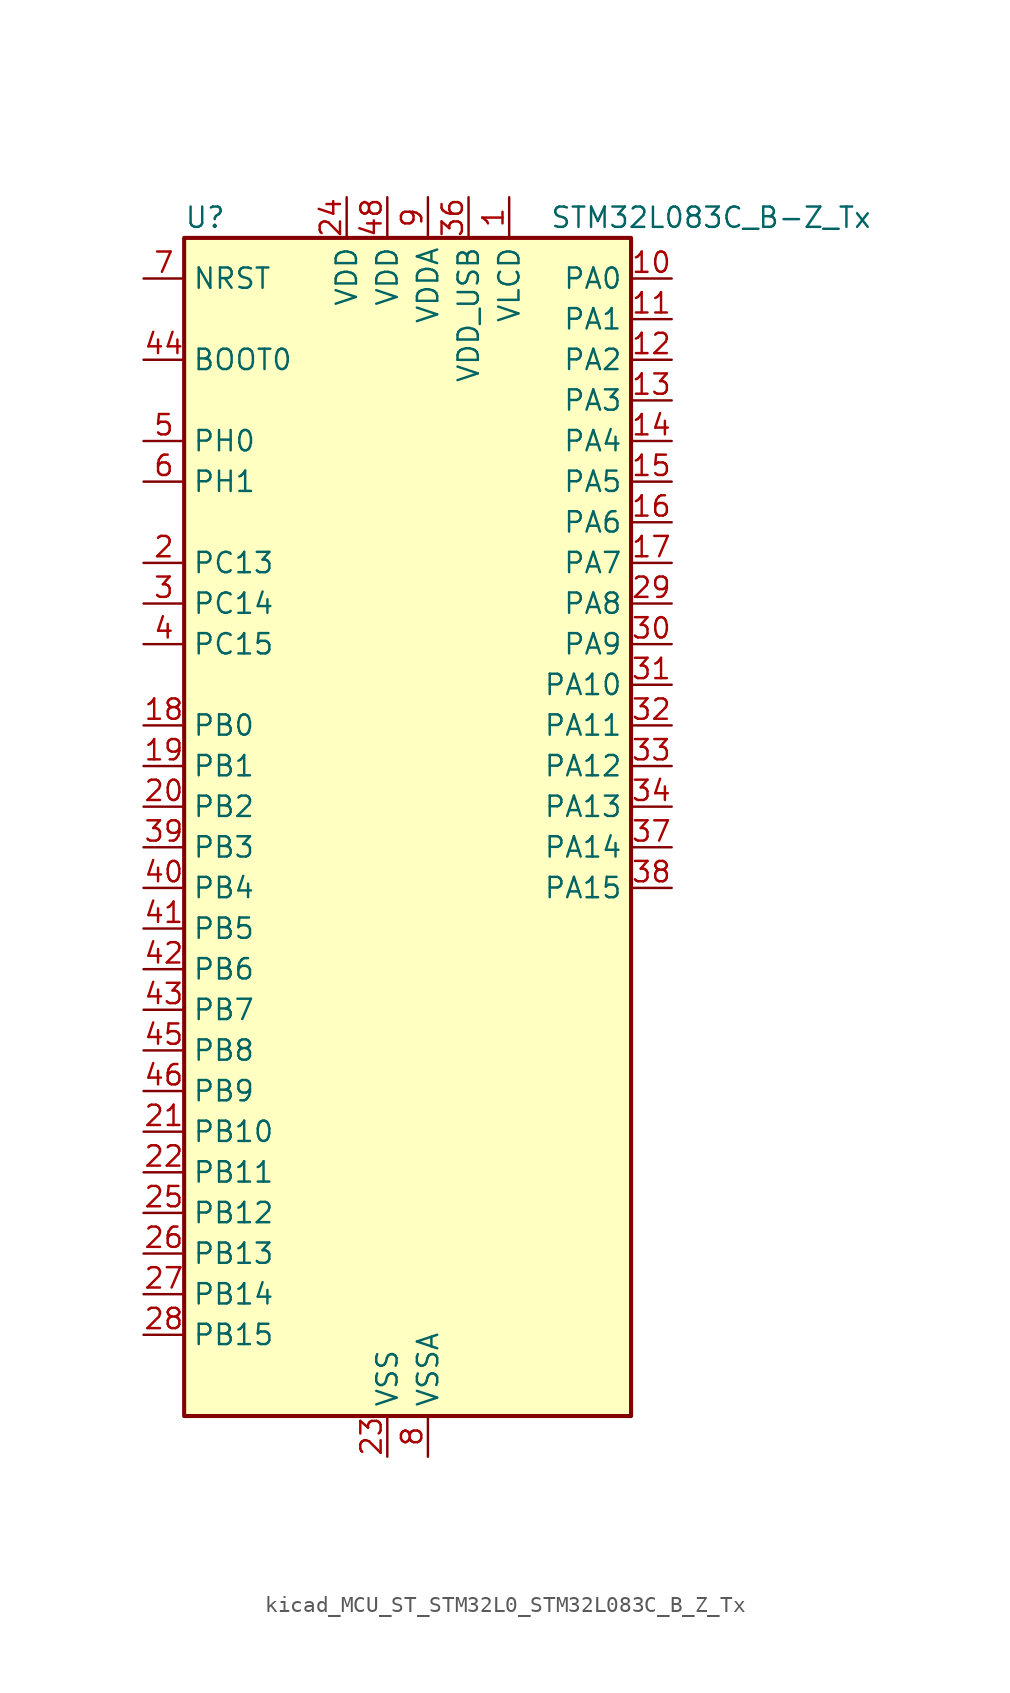
<source format=kicad_sym>
(kicad_symbol_lib
  (version 20220914)
  (generator kicad_symbol_editor)
  (symbol "kicad_MCU_ST_STM32L0_STM32L083C_B_Z_Tx"
    (property "Reference" "U"
      (at -12.7 39.37 0)
      (effects (font (size 1.27 1.27)) (justify left)))
    (property "Value" "STM32L083C_B-Z_Tx"
      (at 10.16 39.37 0)
      (effects (font (size 1.27 1.27)) (justify left)))
    (property "ki_locked" ""
      (at 0 0 0)
      (effects (font (size 1.27 1.27))))
    (symbol "kicad_MCU_ST_STM32L0_STM32L083C_B_Z_Tx_0_1"
      (rectangle (start -12.7 -35.56) (end 15.24 38.1) (stroke (width 0.254) (type default)) (fill (type background))))
    (symbol "kicad_MCU_ST_STM32L0_STM32L083C_B_Z_Tx_1_1"
      (pin power_in line (at 7.62 40.64 270) (length 2.54) (name "VLCD" (effects (font (size 1.27 1.27)))) (number "1" (effects (font (size 1.27 1.27)))))
      (pin bidirectional line (at 17.78 35.56 180) (length 2.54) (name "PA0" (effects (font (size 1.27 1.27)))) (number "10" (effects (font (size 1.27 1.27)))) (alternate "ADC_IN0" bidirectional line) (alternate "COMP1_INM" bidirectional line) (alternate "COMP1_OUT" bidirectional line) (alternate "RTC_TAMP2" bidirectional line) (alternate "SYS_WKUP1" bidirectional line) (alternate "TIM2_CH1" bidirectional line) (alternate "TIM2_ETR" bidirectional line) (alternate "TSC_G1_IO1" bidirectional line) (alternate "USART2_CTS" bidirectional line) (alternate "USART4_TX" bidirectional line))
      (pin bidirectional line (at 17.78 33.02 180) (length 2.54) (name "PA1" (effects (font (size 1.27 1.27)))) (number "11" (effects (font (size 1.27 1.27)))) (alternate "ADC_IN1" bidirectional line) (alternate "COMP1_INP" bidirectional line) (alternate "LCD_SEG0" bidirectional line) (alternate "TIM21_ETR" bidirectional line) (alternate "TIM2_CH2" bidirectional line) (alternate "TSC_G1_IO2" bidirectional line) (alternate "USART2_DE" bidirectional line) (alternate "USART2_RTS" bidirectional line) (alternate "USART4_RX" bidirectional line))
      (pin bidirectional line (at 17.78 30.48 180) (length 2.54) (name "PA2" (effects (font (size 1.27 1.27)))) (number "12" (effects (font (size 1.27 1.27)))) (alternate "ADC_IN2" bidirectional line) (alternate "COMP2_INM" bidirectional line) (alternate "COMP2_OUT" bidirectional line) (alternate "LCD_SEG1" bidirectional line) (alternate "LPUART1_TX" bidirectional line) (alternate "TIM21_CH1" bidirectional line) (alternate "TIM2_CH3" bidirectional line) (alternate "TSC_G1_IO3" bidirectional line) (alternate "USART2_TX" bidirectional line))
      (pin bidirectional line (at 17.78 27.94 180) (length 2.54) (name "PA3" (effects (font (size 1.27 1.27)))) (number "13" (effects (font (size 1.27 1.27)))) (alternate "ADC_IN3" bidirectional line) (alternate "COMP2_INP" bidirectional line) (alternate "LCD_SEG2" bidirectional line) (alternate "LPUART1_RX" bidirectional line) (alternate "TIM21_CH2" bidirectional line) (alternate "TIM2_CH4" bidirectional line) (alternate "TSC_G1_IO4" bidirectional line) (alternate "USART2_RX" bidirectional line))
      (pin bidirectional line (at 17.78 25.4 180) (length 2.54) (name "PA4" (effects (font (size 1.27 1.27)))) (number "14" (effects (font (size 1.27 1.27)))) (alternate "ADC_IN4" bidirectional line) (alternate "COMP1_INM" bidirectional line) (alternate "COMP2_INM" bidirectional line) (alternate "DAC_OUT1" bidirectional line) (alternate "SPI1_NSS" bidirectional line) (alternate "TIM22_ETR" bidirectional line) (alternate "TSC_G2_IO1" bidirectional line) (alternate "USART2_CK" bidirectional line))
      (pin bidirectional line (at 17.78 22.86 180) (length 2.54) (name "PA5" (effects (font (size 1.27 1.27)))) (number "15" (effects (font (size 1.27 1.27)))) (alternate "ADC_IN5" bidirectional line) (alternate "COMP1_INM" bidirectional line) (alternate "COMP2_INM" bidirectional line) (alternate "DAC_OUT2" bidirectional line) (alternate "SPI1_SCK" bidirectional line) (alternate "TIM2_CH1" bidirectional line) (alternate "TIM2_ETR" bidirectional line) (alternate "TSC_G2_IO2" bidirectional line))
      (pin bidirectional line (at 17.78 20.32 180) (length 2.54) (name "PA6" (effects (font (size 1.27 1.27)))) (number "16" (effects (font (size 1.27 1.27)))) (alternate "ADC_IN6" bidirectional line) (alternate "COMP1_OUT" bidirectional line) (alternate "LCD_SEG3" bidirectional line) (alternate "LPUART1_CTS" bidirectional line) (alternate "SPI1_MISO" bidirectional line) (alternate "TIM22_CH1" bidirectional line) (alternate "TIM3_CH1" bidirectional line) (alternate "TSC_G2_IO3" bidirectional line))
      (pin bidirectional line (at 17.78 17.78 180) (length 2.54) (name "PA7" (effects (font (size 1.27 1.27)))) (number "17" (effects (font (size 1.27 1.27)))) (alternate "ADC_IN7" bidirectional line) (alternate "COMP2_OUT" bidirectional line) (alternate "LCD_SEG4" bidirectional line) (alternate "SPI1_MOSI" bidirectional line) (alternate "TIM22_CH2" bidirectional line) (alternate "TIM3_CH2" bidirectional line) (alternate "TSC_G2_IO4" bidirectional line))
      (pin bidirectional line (at -15.24 7.62 0) (length 2.54) (name "PB0" (effects (font (size 1.27 1.27)))) (number "18" (effects (font (size 1.27 1.27)))) (alternate "ADC_IN8" bidirectional line) (alternate "LCD_SEG5" bidirectional line) (alternate "LCD_VLCD3" bidirectional line) (alternate "SYS_VREF_OUT_PB0" bidirectional line) (alternate "TIM3_CH3" bidirectional line) (alternate "TSC_G3_IO2" bidirectional line))
      (pin bidirectional line (at -15.24 5.08 0) (length 2.54) (name "PB1" (effects (font (size 1.27 1.27)))) (number "19" (effects (font (size 1.27 1.27)))) (alternate "ADC_IN9" bidirectional line) (alternate "LCD_SEG6" bidirectional line) (alternate "LPUART1_DE" bidirectional line) (alternate "LPUART1_RTS" bidirectional line) (alternate "SYS_VREF_OUT_PB1" bidirectional line) (alternate "TIM3_CH4" bidirectional line) (alternate "TSC_G3_IO3" bidirectional line))
      (pin bidirectional line (at -15.24 17.78 0) (length 2.54) (name "PC13" (effects (font (size 1.27 1.27)))) (number "2" (effects (font (size 1.27 1.27)))) (alternate "RTC_OUT_ALARM" bidirectional line) (alternate "RTC_OUT_CALIB" bidirectional line) (alternate "RTC_TAMP1" bidirectional line) (alternate "RTC_TS" bidirectional line) (alternate "SYS_WKUP2" bidirectional line))
      (pin bidirectional line (at -15.24 2.54 0) (length 2.54) (name "PB2" (effects (font (size 1.27 1.27)))) (number "20" (effects (font (size 1.27 1.27)))) (alternate "I2C3_SMBA" bidirectional line) (alternate "LCD_VLCD2" bidirectional line) (alternate "LPTIM1_OUT" bidirectional line) (alternate "TSC_G3_IO4" bidirectional line))
      (pin bidirectional line (at -15.24 -17.78 0) (length 2.54) (name "PB10" (effects (font (size 1.27 1.27)))) (number "21" (effects (font (size 1.27 1.27)))) (alternate "I2C2_SCL" bidirectional line) (alternate "LCD_SEG10" bidirectional line) (alternate "LPUART1_RX" bidirectional line) (alternate "LPUART1_TX" bidirectional line) (alternate "SPI2_SCK" bidirectional line) (alternate "TIM2_CH3" bidirectional line) (alternate "TSC_SYNC" bidirectional line))
      (pin bidirectional line (at -15.24 -20.32 0) (length 2.54) (name "PB11" (effects (font (size 1.27 1.27)))) (number "22" (effects (font (size 1.27 1.27)))) (alternate "ADC_EXTI11" bidirectional line) (alternate "I2C2_SDA" bidirectional line) (alternate "LCD_SEG11" bidirectional line) (alternate "LPUART1_RX" bidirectional line) (alternate "LPUART1_TX" bidirectional line) (alternate "TIM2_CH4" bidirectional line) (alternate "TSC_G6_IO1" bidirectional line))
      (pin power_in line (at 0 -38.1 90) (length 2.54) (name "VSS" (effects (font (size 1.27 1.27)))) (number "23" (effects (font (size 1.27 1.27)))))
      (pin power_in line (at -2.54 40.64 270) (length 2.54) (name "VDD" (effects (font (size 1.27 1.27)))) (number "24" (effects (font (size 1.27 1.27)))))
      (pin bidirectional line (at -15.24 -22.86 0) (length 2.54) (name "PB12" (effects (font (size 1.27 1.27)))) (number "25" (effects (font (size 1.27 1.27)))) (alternate "I2S2_WS" bidirectional line) (alternate "LCD_SEG12" bidirectional line) (alternate "LCD_VLCD2" bidirectional line) (alternate "LPUART1_DE" bidirectional line) (alternate "LPUART1_RTS" bidirectional line) (alternate "SPI2_NSS" bidirectional line) (alternate "TSC_G6_IO2" bidirectional line))
      (pin bidirectional line (at -15.24 -25.4 0) (length 2.54) (name "PB13" (effects (font (size 1.27 1.27)))) (number "26" (effects (font (size 1.27 1.27)))) (alternate "I2C2_SCL" bidirectional line) (alternate "I2S2_CK" bidirectional line) (alternate "LCD_SEG13" bidirectional line) (alternate "LPUART1_CTS" bidirectional line) (alternate "RCC_MCO" bidirectional line) (alternate "SPI2_SCK" bidirectional line) (alternate "TIM21_CH1" bidirectional line) (alternate "TSC_G6_IO3" bidirectional line))
      (pin bidirectional line (at -15.24 -27.94 0) (length 2.54) (name "PB14" (effects (font (size 1.27 1.27)))) (number "27" (effects (font (size 1.27 1.27)))) (alternate "I2C2_SDA" bidirectional line) (alternate "I2S2_MCK" bidirectional line) (alternate "LCD_SEG14" bidirectional line) (alternate "LPUART1_DE" bidirectional line) (alternate "LPUART1_RTS" bidirectional line) (alternate "RTC_OUT_ALARM" bidirectional line) (alternate "RTC_OUT_CALIB" bidirectional line) (alternate "SPI2_MISO" bidirectional line) (alternate "TIM21_CH2" bidirectional line) (alternate "TSC_G6_IO4" bidirectional line))
      (pin bidirectional line (at -15.24 -30.48 0) (length 2.54) (name "PB15" (effects (font (size 1.27 1.27)))) (number "28" (effects (font (size 1.27 1.27)))) (alternate "I2S2_SD" bidirectional line) (alternate "LCD_SEG15" bidirectional line) (alternate "RTC_REFIN" bidirectional line) (alternate "SPI2_MOSI" bidirectional line))
      (pin bidirectional line (at 17.78 15.24 180) (length 2.54) (name "PA8" (effects (font (size 1.27 1.27)))) (number "29" (effects (font (size 1.27 1.27)))) (alternate "CRS_SYNC" bidirectional line) (alternate "I2C3_SCL" bidirectional line) (alternate "LCD_COM0" bidirectional line) (alternate "RCC_MCO" bidirectional line) (alternate "USART1_CK" bidirectional line))
      (pin bidirectional line (at -15.24 15.24 0) (length 2.54) (name "PC14" (effects (font (size 1.27 1.27)))) (number "3" (effects (font (size 1.27 1.27)))) (alternate "RCC_OSC32_IN" bidirectional line))
      (pin bidirectional line (at 17.78 12.7 180) (length 2.54) (name "PA9" (effects (font (size 1.27 1.27)))) (number "30" (effects (font (size 1.27 1.27)))) (alternate "DAC_EXTI9" bidirectional line) (alternate "I2C1_SCL" bidirectional line) (alternate "I2C3_SMBA" bidirectional line) (alternate "LCD_COM1" bidirectional line) (alternate "RCC_MCO" bidirectional line) (alternate "TSC_G4_IO1" bidirectional line) (alternate "USART1_TX" bidirectional line))
      (pin bidirectional line (at 17.78 10.16 180) (length 2.54) (name "PA10" (effects (font (size 1.27 1.27)))) (number "31" (effects (font (size 1.27 1.27)))) (alternate "I2C1_SDA" bidirectional line) (alternate "LCD_COM2" bidirectional line) (alternate "TSC_G4_IO2" bidirectional line) (alternate "USART1_RX" bidirectional line))
      (pin bidirectional line (at 17.78 7.62 180) (length 2.54) (name "PA11" (effects (font (size 1.27 1.27)))) (number "32" (effects (font (size 1.27 1.27)))) (alternate "ADC_EXTI11" bidirectional line) (alternate "COMP1_OUT" bidirectional line) (alternate "SPI1_MISO" bidirectional line) (alternate "TSC_G4_IO3" bidirectional line) (alternate "USART1_CTS" bidirectional line) (alternate "USB_DM" bidirectional line))
      (pin bidirectional line (at 17.78 5.08 180) (length 2.54) (name "PA12" (effects (font (size 1.27 1.27)))) (number "33" (effects (font (size 1.27 1.27)))) (alternate "COMP2_OUT" bidirectional line) (alternate "SPI1_MOSI" bidirectional line) (alternate "TSC_G4_IO4" bidirectional line) (alternate "USART1_DE" bidirectional line) (alternate "USART1_RTS" bidirectional line) (alternate "USB_DP" bidirectional line))
      (pin bidirectional line (at 17.78 2.54 180) (length 2.54) (name "PA13" (effects (font (size 1.27 1.27)))) (number "34" (effects (font (size 1.27 1.27)))) (alternate "LPUART1_RX" bidirectional line) (alternate "SYS_SWDIO" bidirectional line) (alternate "USB_NOE" bidirectional line))
      (pin passive line (at 0 -38.1 90) (length 2.54) hide (name "VSS" (effects (font (size 1.27 1.27)))) (number "35" (effects (font (size 1.27 1.27)))))
      (pin power_in line (at 5.08 40.64 270) (length 2.54) (name "VDD_USB" (effects (font (size 1.27 1.27)))) (number "36" (effects (font (size 1.27 1.27)))))
      (pin bidirectional line (at 17.78 0 180) (length 2.54) (name "PA14" (effects (font (size 1.27 1.27)))) (number "37" (effects (font (size 1.27 1.27)))) (alternate "LPUART1_TX" bidirectional line) (alternate "SYS_SWCLK" bidirectional line) (alternate "USART2_TX" bidirectional line))
      (pin bidirectional line (at 17.78 -2.54 180) (length 2.54) (name "PA15" (effects (font (size 1.27 1.27)))) (number "38" (effects (font (size 1.27 1.27)))) (alternate "LCD_SEG17" bidirectional line) (alternate "SPI1_NSS" bidirectional line) (alternate "TIM2_CH1" bidirectional line) (alternate "TIM2_ETR" bidirectional line) (alternate "USART2_RX" bidirectional line) (alternate "USART4_DE" bidirectional line) (alternate "USART4_RTS" bidirectional line))
      (pin bidirectional line (at -15.24 0 0) (length 2.54) (name "PB3" (effects (font (size 1.27 1.27)))) (number "39" (effects (font (size 1.27 1.27)))) (alternate "COMP2_INM" bidirectional line) (alternate "LCD_SEG7" bidirectional line) (alternate "SPI1_SCK" bidirectional line) (alternate "TIM2_CH2" bidirectional line) (alternate "TSC_G5_IO1" bidirectional line) (alternate "USART1_DE" bidirectional line) (alternate "USART1_RTS" bidirectional line) (alternate "USART5_TX" bidirectional line))
      (pin bidirectional line (at -15.24 12.7 0) (length 2.54) (name "PC15" (effects (font (size 1.27 1.27)))) (number "4" (effects (font (size 1.27 1.27)))) (alternate "RCC_OSC32_OUT" bidirectional line))
      (pin bidirectional line (at -15.24 -2.54 0) (length 2.54) (name "PB4" (effects (font (size 1.27 1.27)))) (number "40" (effects (font (size 1.27 1.27)))) (alternate "COMP2_INP" bidirectional line) (alternate "I2C3_SDA" bidirectional line) (alternate "LCD_SEG8" bidirectional line) (alternate "SPI1_MISO" bidirectional line) (alternate "TIM22_CH1" bidirectional line) (alternate "TIM3_CH1" bidirectional line) (alternate "TSC_G5_IO2" bidirectional line) (alternate "USART1_CTS" bidirectional line) (alternate "USART5_RX" bidirectional line))
      (pin bidirectional line (at -15.24 -5.08 0) (length 2.54) (name "PB5" (effects (font (size 1.27 1.27)))) (number "41" (effects (font (size 1.27 1.27)))) (alternate "COMP2_INP" bidirectional line) (alternate "I2C1_SMBA" bidirectional line) (alternate "LCD_SEG9" bidirectional line) (alternate "LPTIM1_IN1" bidirectional line) (alternate "SPI1_MOSI" bidirectional line) (alternate "TIM22_CH2" bidirectional line) (alternate "TIM3_CH2" bidirectional line) (alternate "USART1_CK" bidirectional line) (alternate "USART5_CK" bidirectional line) (alternate "USART5_DE" bidirectional line) (alternate "USART5_RTS" bidirectional line))
      (pin bidirectional line (at -15.24 -7.62 0) (length 2.54) (name "PB6" (effects (font (size 1.27 1.27)))) (number "42" (effects (font (size 1.27 1.27)))) (alternate "COMP2_INP" bidirectional line) (alternate "I2C1_SCL" bidirectional line) (alternate "LPTIM1_ETR" bidirectional line) (alternate "TSC_G5_IO3" bidirectional line) (alternate "USART1_TX" bidirectional line))
      (pin bidirectional line (at -15.24 -10.16 0) (length 2.54) (name "PB7" (effects (font (size 1.27 1.27)))) (number "43" (effects (font (size 1.27 1.27)))) (alternate "COMP2_INP" bidirectional line) (alternate "I2C1_SDA" bidirectional line) (alternate "LPTIM1_IN2" bidirectional line) (alternate "SYS_PVD_IN" bidirectional line) (alternate "TSC_G5_IO4" bidirectional line) (alternate "USART1_RX" bidirectional line) (alternate "USART4_CTS" bidirectional line))
      (pin input line (at -15.24 30.48 0) (length 2.54) (name "BOOT0" (effects (font (size 1.27 1.27)))) (number "44" (effects (font (size 1.27 1.27)))))
      (pin bidirectional line (at -15.24 -12.7 0) (length 2.54) (name "PB8" (effects (font (size 1.27 1.27)))) (number "45" (effects (font (size 1.27 1.27)))) (alternate "I2C1_SCL" bidirectional line) (alternate "LCD_SEG16" bidirectional line) (alternate "TSC_SYNC" bidirectional line))
      (pin bidirectional line (at -15.24 -15.24 0) (length 2.54) (name "PB9" (effects (font (size 1.27 1.27)))) (number "46" (effects (font (size 1.27 1.27)))) (alternate "DAC_EXTI9" bidirectional line) (alternate "I2C1_SDA" bidirectional line) (alternate "I2S2_WS" bidirectional line) (alternate "LCD_COM3" bidirectional line) (alternate "SPI2_NSS" bidirectional line))
      (pin passive line (at 0 -38.1 90) (length 2.54) hide (name "VSS" (effects (font (size 1.27 1.27)))) (number "47" (effects (font (size 1.27 1.27)))))
      (pin power_in line (at 0 40.64 270) (length 2.54) (name "VDD" (effects (font (size 1.27 1.27)))) (number "48" (effects (font (size 1.27 1.27)))))
      (pin bidirectional line (at -15.24 25.4 0) (length 2.54) (name "PH0" (effects (font (size 1.27 1.27)))) (number "5" (effects (font (size 1.27 1.27)))) (alternate "CRS_SYNC" bidirectional line) (alternate "RCC_OSC_IN" bidirectional line))
      (pin bidirectional line (at -15.24 22.86 0) (length 2.54) (name "PH1" (effects (font (size 1.27 1.27)))) (number "6" (effects (font (size 1.27 1.27)))) (alternate "RCC_OSC_OUT" bidirectional line))
      (pin input line (at -15.24 35.56 0) (length 2.54) (name "NRST" (effects (font (size 1.27 1.27)))) (number "7" (effects (font (size 1.27 1.27)))))
      (pin power_in line (at 2.54 -38.1 90) (length 2.54) (name "VSSA" (effects (font (size 1.27 1.27)))) (number "8" (effects (font (size 1.27 1.27)))))
      (pin power_in line (at 2.54 40.64 270) (length 2.54) (name "VDDA" (effects (font (size 1.27 1.27)))) (number "9" (effects (font (size 1.27 1.27))))))))
</source>
